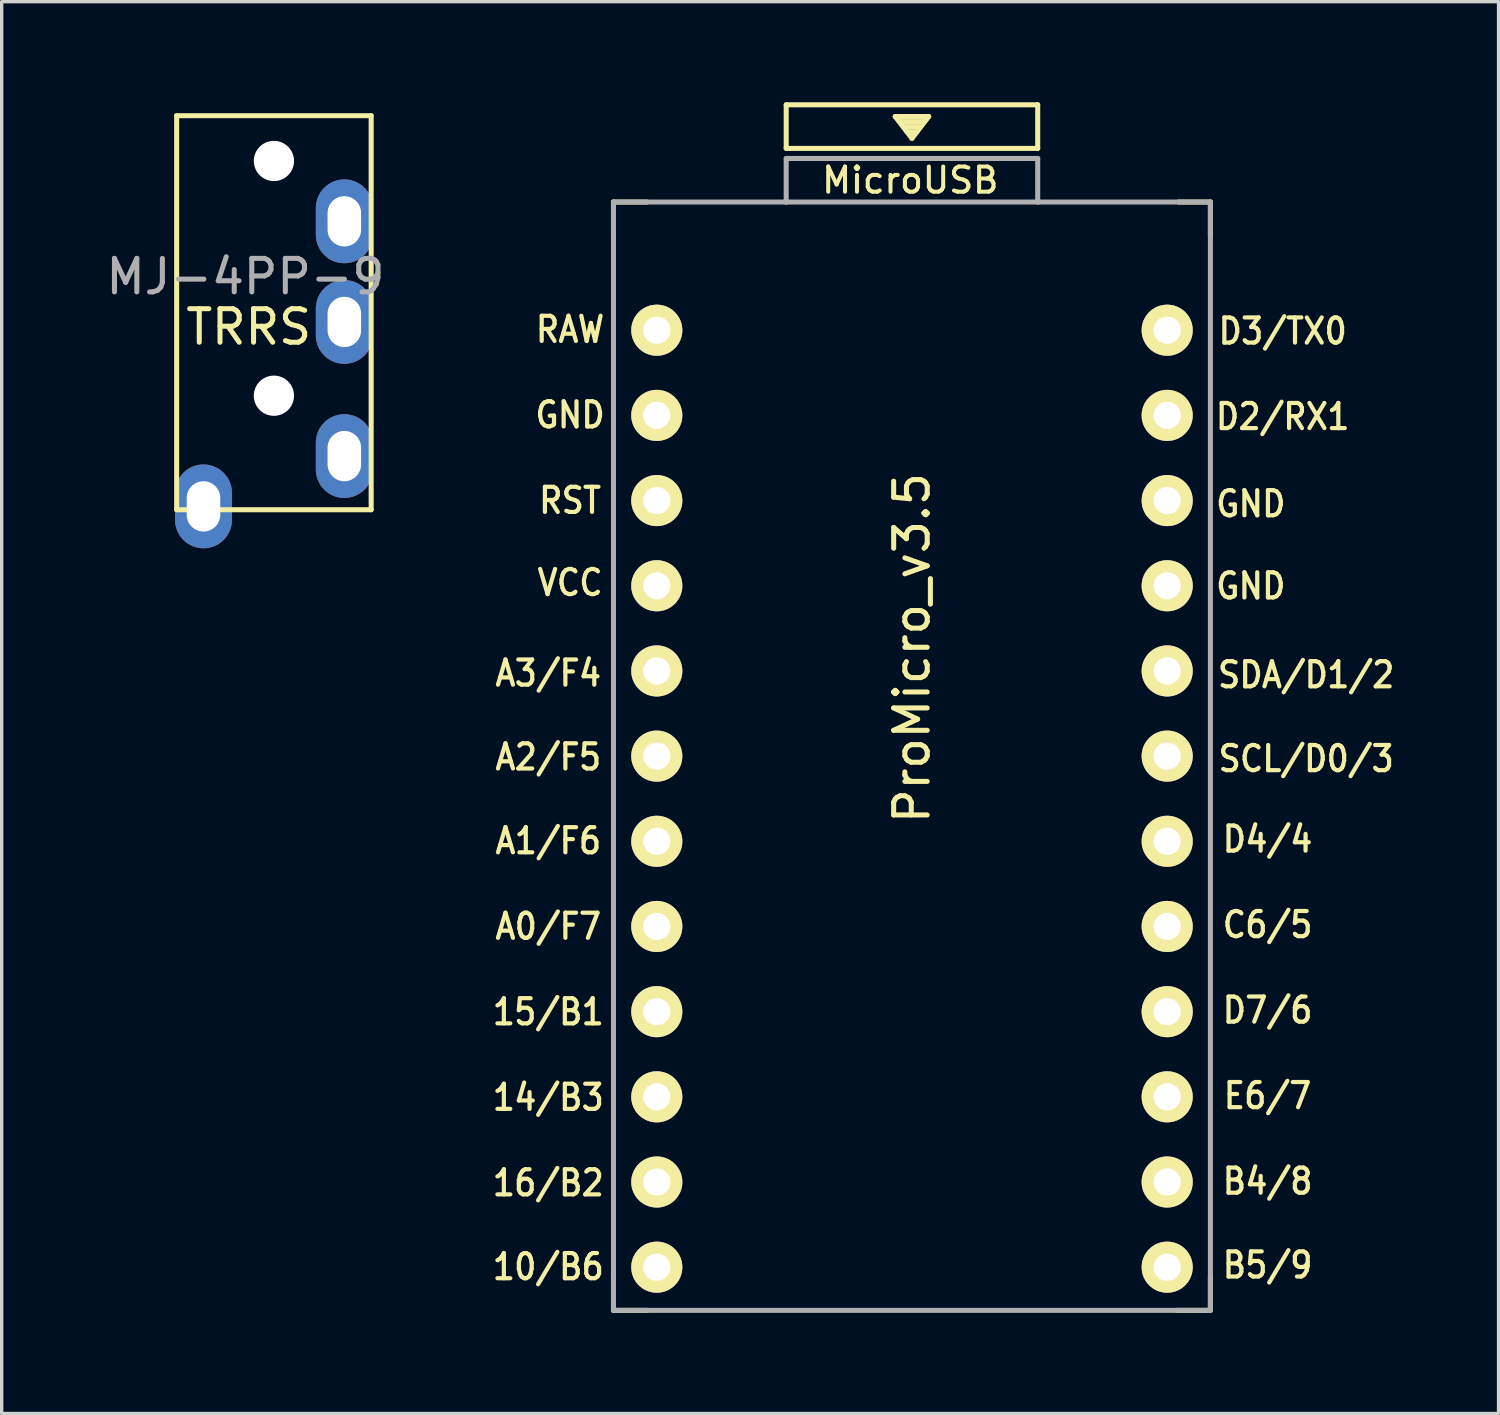
<source format=kicad_pcb>
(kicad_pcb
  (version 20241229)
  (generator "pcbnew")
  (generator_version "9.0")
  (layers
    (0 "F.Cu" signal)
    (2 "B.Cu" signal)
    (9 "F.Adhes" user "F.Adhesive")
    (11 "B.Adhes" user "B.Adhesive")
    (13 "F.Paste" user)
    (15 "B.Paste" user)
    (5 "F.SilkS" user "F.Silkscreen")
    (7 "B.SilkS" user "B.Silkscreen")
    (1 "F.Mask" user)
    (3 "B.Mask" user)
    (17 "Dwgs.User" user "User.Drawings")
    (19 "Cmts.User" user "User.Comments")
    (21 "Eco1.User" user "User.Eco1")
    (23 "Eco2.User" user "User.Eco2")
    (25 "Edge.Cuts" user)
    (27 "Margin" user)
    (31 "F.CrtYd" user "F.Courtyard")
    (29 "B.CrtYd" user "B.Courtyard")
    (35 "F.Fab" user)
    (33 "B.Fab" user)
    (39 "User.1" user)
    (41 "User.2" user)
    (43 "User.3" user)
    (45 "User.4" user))
  (footprint "MJ-4PP-9"
    (layer "F.Cu")
    (at 5.118 0.25)
    (property "Reference" "MJ-4PP-9" (at -0.85 4.95 0) (layer "F.Fab") (effects (font (size 1 1) (thickness 0.15))))
    (attr through_hole)
    (fp_line (start -2.9 0.15) (end 2.9 0.15) (stroke (width 0.15) (type solid)) (layer "F.SilkS"))
    (fp_line (start -2.9 11.9) (end -2.9 0.15) (stroke (width 0.15) (type solid)) (layer "F.SilkS"))
    (fp_line (start 2.9 0.15) (end 2.9 11.9) (stroke (width 0.15) (type solid)) (layer "F.SilkS"))
    (fp_line (start 2.9 11.9) (end -2.9 11.9) (stroke (width 0.15) (type solid)) (layer "F.SilkS"))
    (fp_text user "TRRS" (at -0.75 6.45 0) (layer "F.SilkS") (effects (font (size 1 1) (thickness 0.15))))
    (pad "" np_thru_hole circle (at 0 1.5) (size 1.2 1.2) (drill 1.2) (layers "*.Cu" "*.Mask"))
    (pad "" np_thru_hole circle (at 0 8.5) (size 1.2 1.2) (drill 1.2) (layers "*.Cu" "*.Mask"))
    (pad "A" thru_hole oval (at -2.1 11.8) (size 1.7 2.5) (drill oval 1 1.5) (layers "*.Cu" "B.Mask"))
    (pad "B" thru_hole oval (at 2.1 3.3) (size 1.7 2.5) (drill oval 1 1.5) (layers "*.Cu" "B.Mask"))
    (pad "C" thru_hole oval (at 2.1 6.3) (size 1.7 2.5) (drill oval 1 1.5) (layers "*.Cu" "B.Mask"))
    (pad "D" thru_hole oval (at 2.1 10.3) (size 1.7 2.5) (drill oval 1 1.5) (layers "*.Cu" "B.Mask")))
  (footprint "ProMicro_v3.5"
    (layer "F.Cu")
    (at 24.144 21.275)
    (property "Reference" "ProMicro_v3.5" (at 0 -5 270) (layer "F.SilkS") (effects (font (size 1 1) (thickness 0.15))))
    (attr through_hole)
    (fp_line (start -8.9 -18.3) (end -8.9 -17.3) (stroke (width 0.15) (type solid)) (layer "F.SilkS"))
    (fp_line (start -8.9 -18.3) (end -7.9 -18.3) (stroke (width 0.15) (type solid)) (layer "F.SilkS"))
    (fp_line (start -8.9 13.7) (end -8.9 14.75) (stroke (width 0.15) (type solid)) (layer "F.SilkS"))
    (fp_line (start -8.9 14.75) (end -7.9 14.75) (stroke (width 0.15) (type solid)) (layer "F.SilkS"))
    (fp_line (start -3.75 -21.2) (end -3.75 -19.9) (stroke (width 0.15) (type solid)) (layer "F.SilkS"))
    (fp_line (start -3.75 -19.9) (end 3.75 -19.9) (stroke (width 0.15) (type solid)) (layer "F.SilkS"))
    (fp_line (start -0.5 -20.85) (end 0.5 -20.85) (stroke (width 0.15) (type solid)) (layer "F.SilkS"))
    (fp_line (start -0.35 -20.7) (end 0.35 -20.7) (stroke (width 0.15) (type solid)) (layer "F.SilkS"))
    (fp_line (start -0.25 -20.55) (end 0.25 -20.55) (stroke (width 0.15) (type solid)) (layer "F.SilkS"))
    (fp_line (start -0.15 -20.4) (end 0.15 -20.4) (stroke (width 0.15) (type solid)) (layer "F.SilkS"))
    (fp_line (start 0 -20.2) (end -0.5 -20.85) (stroke (width 0.15) (type solid)) (layer "F.SilkS"))
    (fp_line (start 0.5 -20.85) (end 0 -20.2) (stroke (width 0.15) (type solid)) (layer "F.SilkS"))
    (fp_line (start 3.75 -21.2) (end -3.75 -21.2) (stroke (width 0.15) (type solid)) (layer "F.SilkS"))
    (fp_line (start 3.75 -19.9) (end 3.75 -21.2) (stroke (width 0.15) (type solid)) (layer "F.SilkS"))
    (fp_line (start 8.9 -18.3) (end 7.95 -18.3) (stroke (width 0.15) (type solid)) (layer "F.SilkS"))
    (fp_line (start 8.9 -18.3) (end 8.9 -17.3) (stroke (width 0.15) (type solid)) (layer "F.SilkS"))
    (fp_line (start 8.9 13.75) (end 8.9 14.75) (stroke (width 0.15) (type solid)) (layer "F.SilkS"))
    (fp_line (start 8.9 14.75) (end 7.89 14.75) (stroke (width 0.15) (type solid)) (layer "F.SilkS"))
    (fp_line (start -8.9 -18.3) (end -3.75 -18.3) (stroke (width 0.15) (type solid)) (layer "F.Fab"))
    (fp_line (start -8.9 14.75) (end -8.9 -18.3) (stroke (width 0.15) (type solid)) (layer "F.Fab"))
    (fp_line (start -3.75 -19.6) (end -3.75 -18.299) (stroke (width 0.15) (type solid)) (layer "F.Fab"))
    (fp_line (start -3.75 -19.6) (end 3.75 -19.6) (stroke (width 0.15) (type solid)) (layer "F.Fab"))
    (fp_line (start -3.75 -18.3) (end 3.75 -18.3) (stroke (width 0.15) (type solid)) (layer "F.Fab"))
    (fp_line (start 3.75 -19.6) (end 3.75 -18.3) (stroke (width 0.15) (type solid)) (layer "F.Fab"))
    (fp_line (start 3.76 -18.3) (end 8.9 -18.3) (stroke (width 0.15) (type solid)) (layer "F.Fab"))
    (fp_line (start 8.9 -18.3) (end 8.9 14.75) (stroke (width 0.15) (type solid)) (layer "F.Fab"))
    (fp_line (start 8.9 14.75) (end -8.9 14.75) (stroke (width 0.15) (type solid)) (layer "F.Fab"))
    (fp_text user "10/B6" (at -10.845 13.45 0) (unlocked yes) (layer "F.SilkS") (effects (font (size 0.75 0.67) (thickness 0.125))))
    (fp_text user "RAW" (at -10.195 -14.5 0) (unlocked yes) (layer "F.SilkS") (effects (font (size 0.75 0.67) (thickness 0.125))))
    (fp_text user "SCL/D0/3" (at 11.755 -1.7 0) (unlocked yes) (layer "F.SilkS") (effects (font (size 0.75 0.67) (thickness 0.125))))
    (fp_text user "D7/6" (at 10.605 5.8 0) (unlocked yes) (layer "F.SilkS") (effects (font (size 0.75 0.67) (thickness 0.125))))
    (fp_text user "GND" (at 10.105 -9.3 0) (unlocked yes) (layer "F.SilkS") (effects (font (size 0.75 0.67) (thickness 0.125))))
    (fp_text user "GND" (at -10.195 -11.95 0) (unlocked yes) (layer "F.SilkS") (effects (font (size 0.75 0.67) (thickness 0.125))))
    (fp_text user "VCC" (at -10.195 -6.95 0) (unlocked yes) (layer "F.SilkS") (effects (font (size 0.75 0.67) (thickness 0.125))))
    (fp_text user "A1/F6" (at -10.845 0.75 0) (unlocked yes) (layer "F.SilkS") (effects (font (size 0.75 0.67) (thickness 0.125))))
    (fp_text user "D3/TX0" (at 11.055 -14.45 0) (unlocked yes) (layer "F.SilkS") (effects (font (size 0.75 0.67) (thickness 0.125))))
    (fp_text user "A0/F7" (at -10.845 3.3 0) (unlocked yes) (layer "F.SilkS") (effects (font (size 0.75 0.67) (thickness 0.125))))
    (fp_text user "MicroUSB" (at -0.05 -18.95 0) (layer "F.SilkS") (effects (font (size 0.75 0.75) (thickness 0.12))))
    (fp_text user "E6/7" (at 10.605 8.35 0) (unlocked yes) (layer "F.SilkS") (effects (font (size 0.75 0.67) (thickness 0.125))))
    (fp_text user "" (at -0.545 -17.4 0) (layer "F.SilkS") (effects (font (size 1 1) (thickness 0.15))))
    (fp_text user "B5/9" (at 10.605 13.4 0) (unlocked yes) (layer "F.SilkS") (effects (font (size 0.75 0.67) (thickness 0.125))))
    (fp_text user "SDA/D1/2" (at 11.755 -4.2 0) (unlocked yes) (layer "F.SilkS") (effects (font (size 0.75 0.67) (thickness 0.125))))
    (fp_text user "GND" (at 10.105 -6.85 0) (unlocked yes) (layer "F.SilkS") (effects (font (size 0.75 0.67) (thickness 0.125))))
    (fp_text user "D4/4" (at 10.605 0.7 0) (unlocked yes) (layer "F.SilkS") (effects (font (size 0.75 0.67) (thickness 0.125))))
    (fp_text user "A3/F4" (at -10.845 -4.25 0) (unlocked yes) (layer "F.SilkS") (effects (font (size 0.75 0.67) (thickness 0.125))))
    (fp_text user "15/B1" (at -10.845 5.85 0) (unlocked yes) (layer "F.SilkS") (effects (font (size 0.75 0.67) (thickness 0.125))))
    (fp_text user "RST" (at -10.195 -9.4 0) (unlocked yes) (layer "F.SilkS") (effects (font (size 0.75 0.67) (thickness 0.125))))
    (fp_text user "16/B2" (at -10.845 10.95 0) (unlocked yes) (layer "F.SilkS") (effects (font (size 0.75 0.67) (thickness 0.125))))
    (fp_text user "B4/8" (at 10.605 10.9 0) (unlocked yes) (layer "F.SilkS") (effects (font (size 0.75 0.67) (thickness 0.125))))
    (fp_text user "A2/F5" (at -10.845 -1.75 0) (unlocked yes) (layer "F.SilkS") (effects (font (size 0.75 0.67) (thickness 0.125))))
    (fp_text user "C6/5" (at 10.605 3.25 0) (unlocked yes) (layer "F.SilkS") (effects (font (size 0.75 0.67) (thickness 0.125))))
    (fp_text user "D2/RX1" (at 11.055 -11.9 0) (unlocked yes) (layer "F.SilkS") (effects (font (size 0.75 0.67) (thickness 0.125))))
    (fp_text user "14/B3" (at -10.845 8.4 0) (unlocked yes) (layer "F.SilkS") (effects (font (size 0.75 0.67) (thickness 0.125))))
    (fp_text user "" (at -1.252 -16.256 0) (layer "B.SilkS") (effects (font (size 1 1) (thickness 0.15)) (justify mirror)))
    (pad "1" thru_hole circle (at 7.611 -14.478) (size 1.524 1.524) (drill 0.813) (layers "*.Cu" "B.Mask" "F.SilkS"))
    (pad "2" thru_hole circle (at 7.611 -11.938) (size 1.524 1.524) (drill 0.813) (layers "*.Cu" "B.Mask" "F.SilkS"))
    (pad "3" thru_hole circle (at 7.611 -9.398) (size 1.524 1.524) (drill 0.813) (layers "*.Cu" "B.Mask" "F.SilkS"))
    (pad "4" thru_hole circle (at 7.611 -6.858) (size 1.524 1.524) (drill 0.813) (layers "*.Cu" "B.Mask" "F.SilkS"))
    (pad "5" thru_hole circle (at 7.611 -4.318) (size 1.524 1.524) (drill 0.813) (layers "*.Cu" "B.Mask" "F.SilkS"))
    (pad "6" thru_hole circle (at 7.611 -1.778) (size 1.524 1.524) (drill 0.813) (layers "*.Cu" "B.Mask" "F.SilkS"))
    (pad "7" thru_hole circle (at 7.611 0.762) (size 1.524 1.524) (drill 0.813) (layers "*.Cu" "B.Mask" "F.SilkS"))
    (pad "8" thru_hole circle (at 7.611 3.302) (size 1.524 1.524) (drill 0.813) (layers "*.Cu" "B.Mask" "F.SilkS"))
    (pad "9" thru_hole circle (at 7.611 5.842) (size 1.524 1.524) (drill 0.813) (layers "*.Cu" "B.Mask" "F.SilkS"))
    (pad "10" thru_hole circle (at 7.611 8.382) (size 1.524 1.524) (drill 0.813) (layers "*.Cu" "B.Mask" "F.SilkS"))
    (pad "11" thru_hole circle (at 7.611 10.922) (size 1.524 1.524) (drill 0.813) (layers "*.Cu" "B.Mask" "F.SilkS"))
    (pad "12" thru_hole circle (at 7.611 13.462) (size 1.524 1.524) (drill 0.813) (layers "*.Cu" "B.Mask" "F.SilkS"))
    (pad "13" thru_hole circle (at -7.609 13.462) (size 1.524 1.524) (drill 0.813) (layers "*.Cu" "B.Mask" "F.SilkS"))
    (pad "14" thru_hole circle (at -7.609 10.922) (size 1.524 1.524) (drill 0.813) (layers "*.Cu" "B.Mask" "F.SilkS"))
    (pad "15" thru_hole circle (at -7.609 8.382) (size 1.524 1.524) (drill 0.813) (layers "*.Cu" "B.Mask" "F.SilkS"))
    (pad "16" thru_hole circle (at -7.609 5.842) (size 1.524 1.524) (drill 0.813) (layers "*.Cu" "B.Mask" "F.SilkS"))
    (pad "17" thru_hole circle (at -7.609 3.302) (size 1.524 1.524) (drill 0.813) (layers "*.Cu" "B.Mask" "F.SilkS"))
    (pad "18" thru_hole circle (at -7.609 0.762) (size 1.524 1.524) (drill 0.813) (layers "*.Cu" "B.Mask" "F.SilkS"))
    (pad "19" thru_hole circle (at -7.609 -1.778) (size 1.524 1.524) (drill 0.813) (layers "*.Cu" "B.Mask" "F.SilkS"))
    (pad "20" thru_hole circle (at -7.609 -4.318) (size 1.524 1.524) (drill 0.813) (layers "*.Cu" "B.Mask" "F.SilkS"))
    (pad "21" thru_hole circle (at -7.609 -6.858) (size 1.524 1.524) (drill 0.813) (layers "*.Cu" "B.Mask" "F.SilkS"))
    (pad "22" thru_hole circle (at -7.609 -9.398) (size 1.524 1.524) (drill 0.813) (layers "*.Cu" "B.Mask" "F.SilkS"))
    (pad "23" thru_hole circle (at -7.609 -11.938) (size 1.524 1.524) (drill 0.813) (layers "*.Cu" "B.Mask" "F.SilkS"))
    (pad "24" thru_hole circle (at -7.609 -14.478) (size 1.524 1.524) (drill 0.813) (layers "*.Cu" "B.Mask" "F.SilkS")))
  (gr_rect
    (start -3 -3)
    (end 41.636 39.1)
    (stroke (width 0.1) (type default))
    (fill no)
    (layer "Edge.Cuts")))
</source>
